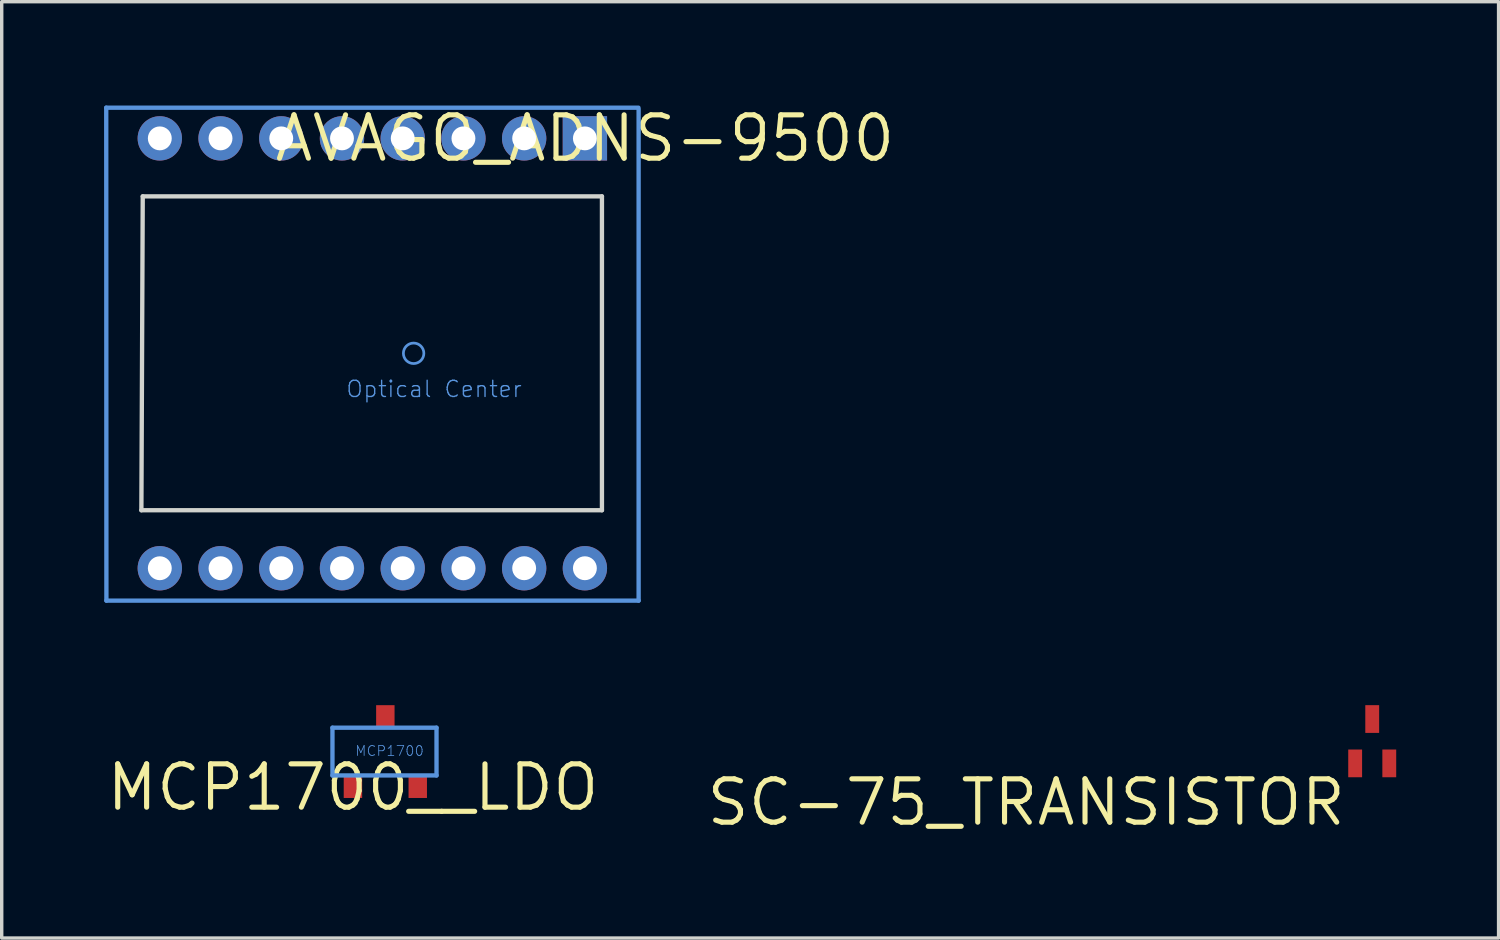
<source format=kicad_pcb>
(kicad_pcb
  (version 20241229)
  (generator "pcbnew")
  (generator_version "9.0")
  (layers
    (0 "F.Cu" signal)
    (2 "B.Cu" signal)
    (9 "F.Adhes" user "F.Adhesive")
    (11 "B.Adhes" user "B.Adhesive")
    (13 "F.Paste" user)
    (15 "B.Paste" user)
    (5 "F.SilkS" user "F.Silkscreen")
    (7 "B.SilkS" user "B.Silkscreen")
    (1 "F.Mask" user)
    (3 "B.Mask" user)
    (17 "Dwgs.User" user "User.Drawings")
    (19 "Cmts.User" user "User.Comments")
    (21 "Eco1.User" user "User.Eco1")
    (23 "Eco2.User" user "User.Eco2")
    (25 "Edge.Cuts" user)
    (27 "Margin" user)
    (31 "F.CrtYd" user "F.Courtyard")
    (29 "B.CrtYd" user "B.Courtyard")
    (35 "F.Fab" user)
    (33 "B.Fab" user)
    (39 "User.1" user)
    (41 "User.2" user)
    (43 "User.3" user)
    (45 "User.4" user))
  (footprint "SC-75_TRANSISTOR"
    (layer "F.Cu")
    (at 36.472 19.726)
    (property "Reference" "SC-75_TRANSISTOR" (at 0 0 0) (layer "F.SilkS") (effects (font (size 1.27 1.27) (thickness 0.15)) (justify right top)))
    (attr through_hole)
    (pad "1" smd rect (at 0.2 -0.4 90) (size 0.813 0.406) (layers "F.Cu" "F.Mask" "F.Paste"))
    (pad "2" smd rect (at 1.2 -0.4 90) (size 0.813 0.406) (layers "F.Cu" "F.Mask" "F.Paste"))
    (pad "3" smd rect (at 0.7 -1.7 90) (size 0.813 0.406) (layers "F.Cu" "F.Mask" "F.Paste")))
  (footprint "MCP1700__LDO"
    (layer "F.Cu")
    (at 7.295 20.03)
    (property "Reference" "MCP1700__LDO" (at 0 0 0) (layer "F.SilkS") (effects (font (size 1.27 1.27) (thickness 0.15))))
    (attr through_hole)
    (fp_line (start -0.6 -1.75) (end -0.6 -0.35) (stroke (width 0.127) (type solid)) (layer "Cmts.User"))
    (fp_line (start -0.6 -0.35) (end 2.45 -0.35) (stroke (width 0.127) (type solid)) (layer "Cmts.User"))
    (fp_line (start 2.45 -1.75) (end -0.6 -1.75) (stroke (width 0.127) (type solid)) (layer "Cmts.User"))
    (fp_line (start 2.45 -0.35) (end 2.45 -1.75) (stroke (width 0.127) (type solid)) (layer "Cmts.User"))
    (fp_text user "MCP1700" (at 0.05 -0.9 0) (layer "Cmts.User") (effects (font (size 0.29 0.29) (thickness 0.024)) (justify left bottom)))
    (pad "P$1" smd rect (at 0 0 180) (size 0.54 0.62) (layers "F.Cu" "F.Mask" "F.Paste"))
    (pad "P$2" smd rect (at 1.9 0 180) (size 0.54 0.62) (layers "F.Cu" "F.Mask" "F.Paste"))
    (pad "P$3" smd rect (at 0.95 -2.1 180) (size 0.54 0.62) (layers "F.Cu" "F.Mask" "F.Paste")))
  (footprint "AVAGO_ADNS-9500"
    (layer "F.Cu")
    (at 14.094 1.006)
    (property "Reference" "AVAGO_ADNS-9500" (at 0 0 0) (layer "F.SilkS") (effects (font (size 1.27 1.27) (thickness 0.15))))
    (attr through_hole)
    (fp_line (start -14.03 -0.9) (end -14.025 13.55) (stroke (width 0.127) (type solid)) (layer "Cmts.User"))
    (fp_line (start -14.025 13.55) (end 1.575 13.55) (stroke (width 0.127) (type solid)) (layer "Cmts.User"))
    (fp_line (start 1.57 -0.9) (end -14.03 -0.9) (stroke (width 0.127) (type solid)) (layer "Cmts.User"))
    (fp_line (start 1.575 13.55) (end 1.575 -0.85) (stroke (width 0.127) (type solid)) (layer "Cmts.User"))
    (fp_circle (center -5.02 6.3) (end -4.72 6.3) (stroke (width 0.08) (type solid)) (fill no) (layer "Cmts.User"))
    (fp_line (start -13 10.9) (end 0.5 10.9) (stroke (width 0.127) (type solid)) (layer "Edge.Cuts"))
    (fp_line (start -12.96 1.7) (end -13 10.9) (stroke (width 0.127) (type solid)) (layer "Edge.Cuts"))
    (fp_line (start 0.5 1.7) (end -12.96 1.7) (stroke (width 0.127) (type solid)) (layer "Edge.Cuts"))
    (fp_line (start 0.5 10.9) (end 0.5 1.7) (stroke (width 0.127) (type solid)) (layer "Edge.Cuts"))
    (fp_text user "Optical Center" (at -7.025 7.625 0) (layer "Cmts.User") (effects (font (size 0.475 0.475) (thickness 0.04)) (justify left bottom)))
    (pad "P$1" thru_hole rect (at 0 0) (size 1.3 1.3) (drill 0.7) (layers "*.Cu" "*.Mask"))
    (pad "P$2" thru_hole circle (at -1.78 0) (size 1.3 1.3) (drill 0.7) (layers "*.Cu" "*.Mask"))
    (pad "P$3" thru_hole circle (at -3.56 0) (size 1.3 1.3) (drill 0.7) (layers "*.Cu" "*.Mask"))
    (pad "P$4" thru_hole circle (at -5.34 0) (size 1.3 1.3) (drill 0.7) (layers "*.Cu" "*.Mask"))
    (pad "P$5" thru_hole circle (at -7.12 0) (size 1.3 1.3) (drill 0.7) (layers "*.Cu" "*.Mask"))
    (pad "P$6" thru_hole circle (at -8.9 0) (size 1.3 1.3) (drill 0.7) (layers "*.Cu" "*.Mask"))
    (pad "P$7" thru_hole circle (at -10.68 0) (size 1.3 1.3) (drill 0.7) (layers "*.Cu" "*.Mask"))
    (pad "P$8" thru_hole circle (at -12.46 0) (size 1.3 1.3) (drill 0.7) (layers "*.Cu" "*.Mask"))
    (pad "P$9" thru_hole circle (at -12.46 12.6) (size 1.3 1.3) (drill 0.7) (layers "*.Cu" "*.Mask"))
    (pad "P$10" thru_hole circle (at -10.68 12.6) (size 1.3 1.3) (drill 0.7) (layers "*.Cu" "*.Mask"))
    (pad "P$11" thru_hole circle (at -8.9 12.6) (size 1.3 1.3) (drill 0.7) (layers "*.Cu" "*.Mask"))
    (pad "P$12" thru_hole circle (at -7.12 12.6) (size 1.3 1.3) (drill 0.7) (layers "*.Cu" "*.Mask"))
    (pad "P$13" thru_hole circle (at -5.34 12.6) (size 1.3 1.3) (drill 0.7) (layers "*.Cu" "*.Mask"))
    (pad "P$14" thru_hole circle (at -3.56 12.6) (size 1.3 1.3) (drill 0.7) (layers "*.Cu" "*.Mask"))
    (pad "P$15" thru_hole circle (at -1.78 12.6) (size 1.3 1.3) (drill 0.7) (layers "*.Cu" "*.Mask"))
    (pad "P$16" thru_hole circle (at 0 12.6) (size 1.3 1.3) (drill 0.7) (layers "*.Cu" "*.Mask")))
  (gr_rect
    (start -3 -3)
    (end 40.876 24.446)
    (stroke (width 0.1) (type default))
    (fill no)
    (layer "Edge.Cuts")))
</source>
